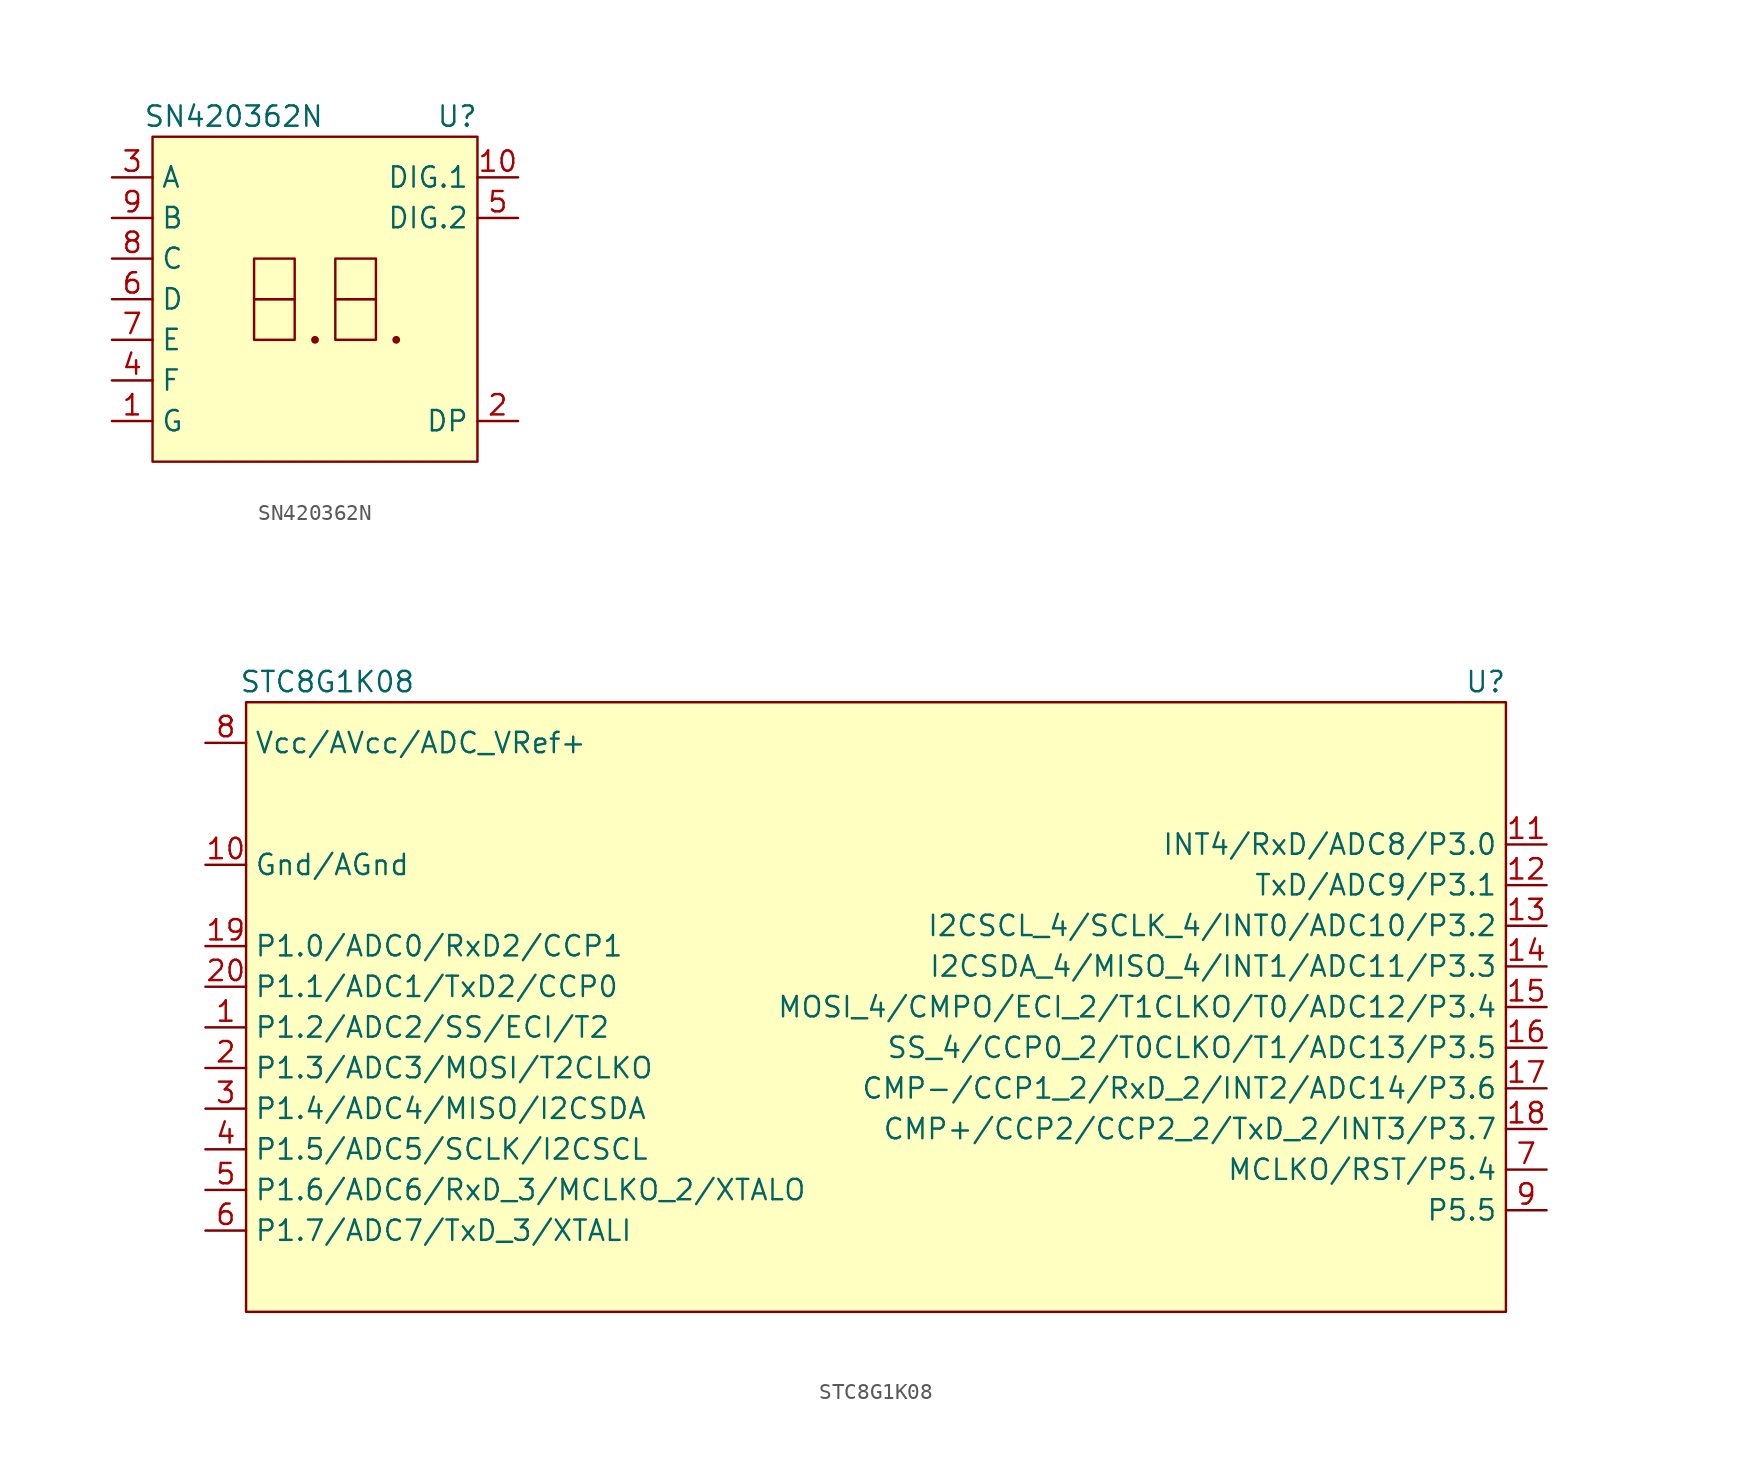
<source format=kicad_sym>
(kicad_symbol_lib
  (version 20211014)
  (generator kicad_symbol_editor)
  (symbol "SN420362N"
    (property "Reference" "U"
      (at 8.89 11.43 0)
      (effects (font (size 1.27 1.27))))
    (property "Value" "SN420362N"
      (at -5.08 11.43 0)
      (effects (font (size 1.27 1.27))))
    (symbol "SN420362N_0_0"
      (pin passive line (at -12.7 -7.62 0) (length 2.54) (name "G" (effects (font (size 1.27 1.27)))) (number "1" (effects (font (size 1.27 1.27)))))
      (pin passive line (at 12.7 7.62 180) (length 2.54) (name "DIG.1" (effects (font (size 1.27 1.27)))) (number "10" (effects (font (size 1.27 1.27)))))
      (pin passive line (at 12.7 -7.62 180) (length 2.54) (name "DP" (effects (font (size 1.27 1.27)))) (number "2" (effects (font (size 1.27 1.27)))))
      (pin passive line (at -12.7 7.62 0) (length 2.54) (name "A" (effects (font (size 1.27 1.27)))) (number "3" (effects (font (size 1.27 1.27)))))
      (pin passive line (at -12.7 -5.08 0) (length 2.54) (name "F" (effects (font (size 1.27 1.27)))) (number "4" (effects (font (size 1.27 1.27)))))
      (pin passive line (at 12.7 5.08 180) (length 2.54) (name "DIG.2" (effects (font (size 1.27 1.27)))) (number "5" (effects (font (size 1.27 1.27)))))
      (pin passive line (at -12.7 0 0) (length 2.54) (name "D" (effects (font (size 1.27 1.27)))) (number "6" (effects (font (size 1.27 1.27)))))
      (pin passive line (at -12.7 -2.54 0) (length 2.54) (name "E" (effects (font (size 1.27 1.27)))) (number "7" (effects (font (size 1.27 1.27)))))
      (pin passive line (at -12.7 2.54 0) (length 2.54) (name "C" (effects (font (size 1.27 1.27)))) (number "8" (effects (font (size 1.27 1.27)))))
      (pin passive line (at -12.7 5.08 0) (length 2.54) (name "B" (effects (font (size 1.27 1.27)))) (number "9" (effects (font (size 1.27 1.27))))))
    (symbol "SN420362N_0_1"
      (rectangle (start -10.16 10.16) (end 10.16 -10.16) (stroke (width 0) (type default) (color 0 0 0 0)) (fill (type background)))
      (rectangle (start -3.81 0) (end -1.27 -2.54) (stroke (width 0) (type default) (color 0 0 0 0)) (fill (type none)))
      (rectangle (start -3.81 2.54) (end -1.27 0) (stroke (width 0) (type default) (color 0 0 0 0)) (fill (type none)))
      (circle (center 0 -2.54) (radius 0.0001) (stroke (width 0.245) (type default) (color 0 0 0 0)) (fill (type none)))
      (rectangle (start 1.27 0) (end 3.81 -2.54) (stroke (width 0) (type default) (color 0 0 0 0)) (fill (type none)))
      (rectangle (start 1.27 2.54) (end 3.81 0) (stroke (width 0) (type default) (color 0 0 0 0)) (fill (type none)))
      (circle (center 5.08 -2.54) (radius 0.0001) (stroke (width 0.245) (type default) (color 0 0 0 0)) (fill (type none)))))
  (symbol "STC8G1K08"
    (property "Reference" "U"
      (at 38.1 20.32 0)
      (effects (font (size 1.27 1.27))))
    (property "Value" "STC8G1K08"
      (at -34.29 20.32 0)
      (effects (font (size 1.27 1.27))))
    (symbol "STC8G1K08_0_0"
      (pin passive line (at -41.91 -1.27 0) (length 2.54) (name "P1.2/ADC2/SS/ECI/T2" (effects (font (size 1.27 1.27)))) (number "1" (effects (font (size 1.27 1.27)))))
      (pin power_in line (at -41.91 8.89 0) (length 2.54) (name "Gnd/AGnd" (effects (font (size 1.27 1.27)))) (number "10" (effects (font (size 1.27 1.27)))))
      (pin passive line (at 41.91 10.16 180) (length 2.54) (name "INT4/RxD/ADC8/P3.0" (effects (font (size 1.27 1.27)))) (number "11" (effects (font (size 1.27 1.27)))))
      (pin passive line (at 41.91 7.62 180) (length 2.54) (name "TxD/ADC9/P3.1" (effects (font (size 1.27 1.27)))) (number "12" (effects (font (size 1.27 1.27)))))
      (pin passive line (at 41.91 5.08 180) (length 2.54) (name "I2CSCL_4/SCLK_4/INT0/ADC10/P3.2" (effects (font (size 1.27 1.27)))) (number "13" (effects (font (size 1.27 1.27)))))
      (pin passive line (at 41.91 2.54 180) (length 2.54) (name "I2CSDA_4/MISO_4/INT1/ADC11/P3.3" (effects (font (size 1.27 1.27)))) (number "14" (effects (font (size 1.27 1.27)))))
      (pin passive line (at 41.91 0 180) (length 2.54) (name "MOSI_4/CMPO/ECI_2/T1CLKO/T0/ADC12/P3.4" (effects (font (size 1.27 1.27)))) (number "15" (effects (font (size 1.27 1.27)))))
      (pin passive line (at 41.91 -2.54 180) (length 2.54) (name "SS_4/CCP0_2/T0CLKO/T1/ADC13/P3.5" (effects (font (size 1.27 1.27)))) (number "16" (effects (font (size 1.27 1.27)))))
      (pin passive line (at 41.91 -5.08 180) (length 2.54) (name "CMP-/CCP1_2/RxD_2/INT2/ADC14/P3.6" (effects (font (size 1.27 1.27)))) (number "17" (effects (font (size 1.27 1.27)))))
      (pin passive line (at 41.91 -7.62 180) (length 2.54) (name "CMP+/CCP2/CCP2_2/TxD_2/INT3/P3.7" (effects (font (size 1.27 1.27)))) (number "18" (effects (font (size 1.27 1.27)))))
      (pin passive line (at -41.91 3.81 0) (length 2.54) (name "P1.0/ADC0/RxD2/CCP1" (effects (font (size 1.27 1.27)))) (number "19" (effects (font (size 1.27 1.27)))))
      (pin passive line (at -41.91 -3.81 0) (length 2.54) (name "P1.3/ADC3/MOSI/T2CLKO" (effects (font (size 1.27 1.27)))) (number "2" (effects (font (size 1.27 1.27)))))
      (pin passive line (at -41.91 1.27 0) (length 2.54) (name "P1.1/ADC1/TxD2/CCP0" (effects (font (size 1.27 1.27)))) (number "20" (effects (font (size 1.27 1.27)))))
      (pin passive line (at -41.91 -6.35 0) (length 2.54) (name "P1.4/ADC4/MISO/I2CSDA" (effects (font (size 1.27 1.27)))) (number "3" (effects (font (size 1.27 1.27)))))
      (pin passive line (at -41.91 -8.89 0) (length 2.54) (name "P1.5/ADC5/SCLK/I2CSCL" (effects (font (size 1.27 1.27)))) (number "4" (effects (font (size 1.27 1.27)))))
      (pin passive line (at -41.91 -11.43 0) (length 2.54) (name "P1.6/ADC6/RxD_3/MCLKO_2/XTALO" (effects (font (size 1.27 1.27)))) (number "5" (effects (font (size 1.27 1.27)))))
      (pin passive line (at -41.91 -13.97 0) (length 2.54) (name "P1.7/ADC7/TxD_3/XTALI" (effects (font (size 1.27 1.27)))) (number "6" (effects (font (size 1.27 1.27)))))
      (pin passive line (at 41.91 -10.16 180) (length 2.54) (name "MCLKO/RST/P5.4" (effects (font (size 1.27 1.27)))) (number "7" (effects (font (size 1.27 1.27)))))
      (pin power_in line (at -41.91 16.51 0) (length 2.54) (name "Vcc/AVcc/ADC_VRef+" (effects (font (size 1.27 1.27)))) (number "8" (effects (font (size 1.27 1.27)))))
      (pin passive line (at 41.91 -12.7 180) (length 2.54) (name "P5.5" (effects (font (size 1.27 1.27)))) (number "9" (effects (font (size 1.27 1.27))))))
    (symbol "STC8G1K08_0_1"
      (rectangle (start -39.37 19.05) (end 39.37 -19.05) (stroke (width 0) (type default) (color 0 0 0 0)) (fill (type background))))))
</source>
